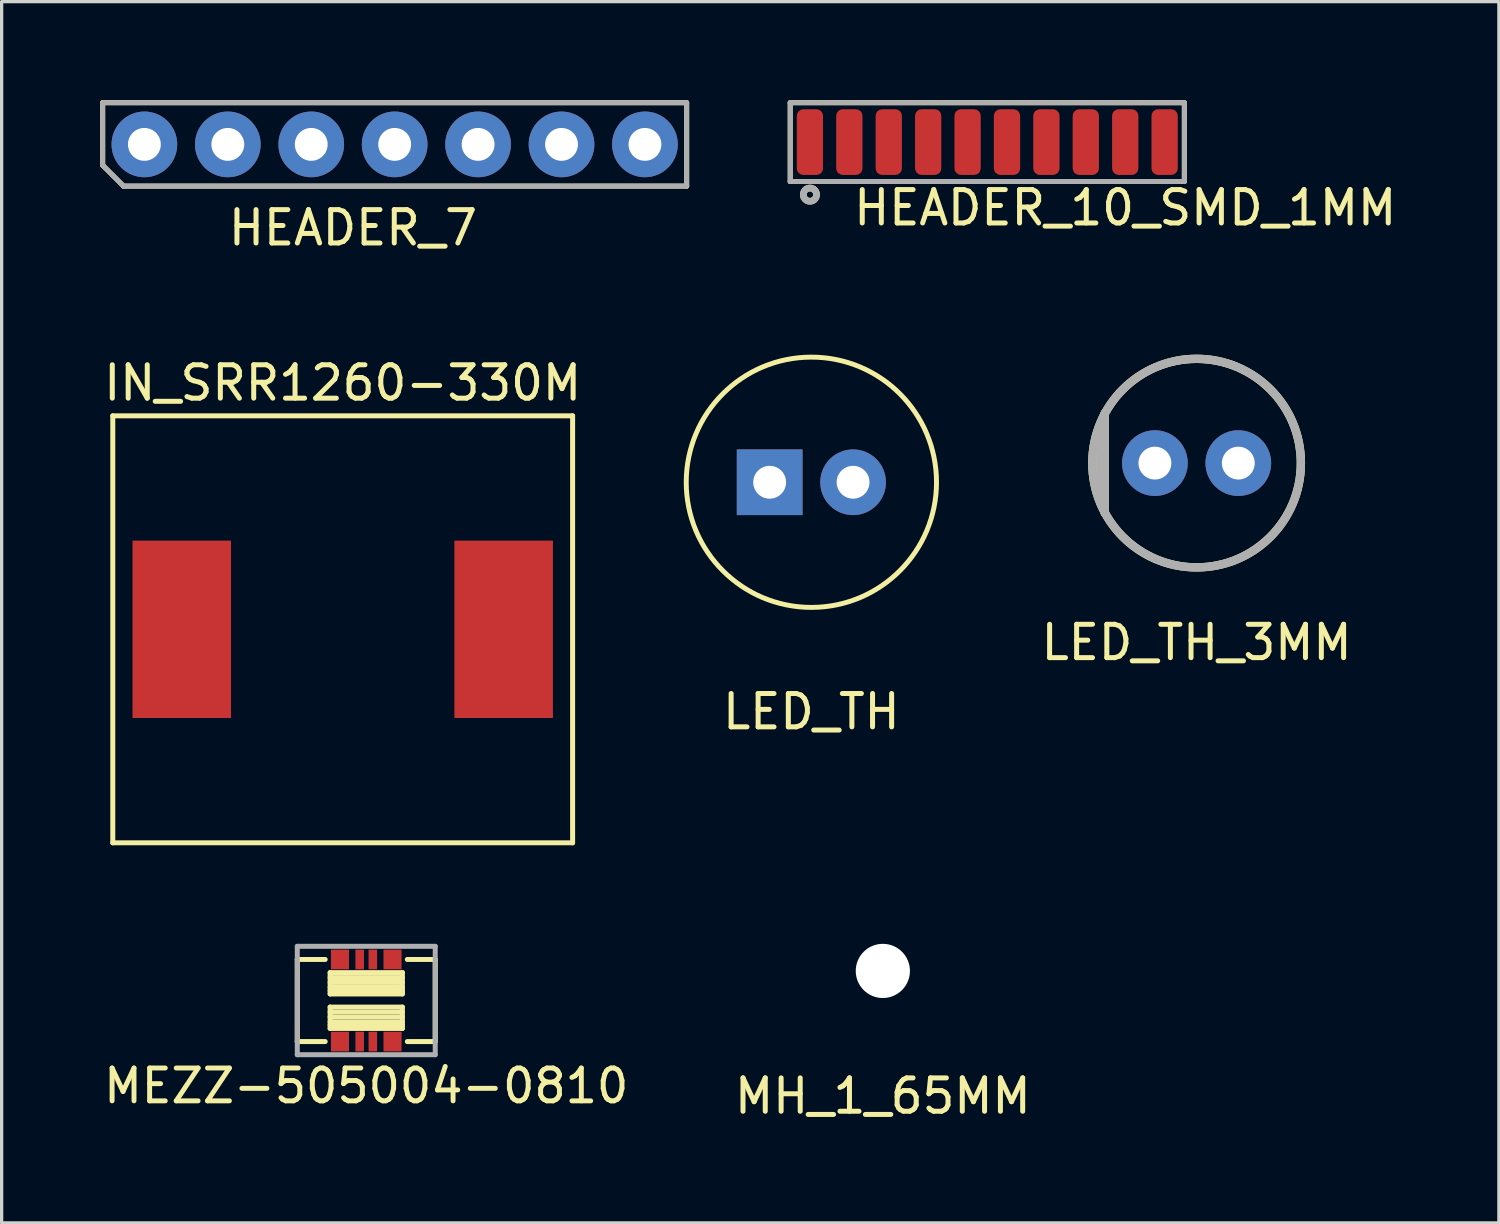
<source format=kicad_pcb>
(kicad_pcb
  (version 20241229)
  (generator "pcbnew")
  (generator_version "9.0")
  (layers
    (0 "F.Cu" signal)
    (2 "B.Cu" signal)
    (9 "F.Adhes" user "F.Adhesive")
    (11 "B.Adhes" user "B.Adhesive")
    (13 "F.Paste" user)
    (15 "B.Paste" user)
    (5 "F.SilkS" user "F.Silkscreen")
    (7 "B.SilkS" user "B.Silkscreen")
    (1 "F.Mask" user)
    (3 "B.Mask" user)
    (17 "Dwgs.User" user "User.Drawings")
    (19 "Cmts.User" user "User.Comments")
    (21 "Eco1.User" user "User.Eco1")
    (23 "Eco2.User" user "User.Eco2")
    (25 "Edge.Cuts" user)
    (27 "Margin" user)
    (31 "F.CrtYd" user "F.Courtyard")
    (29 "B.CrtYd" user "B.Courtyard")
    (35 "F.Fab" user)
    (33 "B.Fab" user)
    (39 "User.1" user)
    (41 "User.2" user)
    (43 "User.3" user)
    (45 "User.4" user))
  (footprint "MH_1_65MM"
    (layer "F.Cu")
    (at 23.829 26.511)
    (property "Reference" "MH_1_65MM" (at 0 3.81 0) (layer "F.SilkS") (effects (font (size 1.016 1.016) (thickness 0.152))))
    (attr through_hole)
    (pad "" np_thru_hole circle (at 0 0) (size 1.65 1.65) (drill 1.65) (layers "*.Cu" "*.Mask")))
  (footprint "IN_SRR1260-330M"
    (layer "F.Cu")
    (at 7.384 16.11)
    (property "Reference" "IN_SRR1260-330M" (at 0 -7.5 0) (layer "F.SilkS") (effects (font (size 1.016 1.016) (thickness 0.152))))
    (attr smd)
    (fp_line (start -7 -6.5) (end -7 6.5) (stroke (width 0.152) (type solid)) (layer "F.SilkS"))
    (fp_line (start -7 6.5) (end 7 6.5) (stroke (width 0.152) (type solid)) (layer "F.SilkS"))
    (fp_line (start 7 -6.5) (end -7 -6.5) (stroke (width 0.152) (type solid)) (layer "F.SilkS"))
    (fp_line (start 7 6.5) (end 7 -6.5) (stroke (width 0.152) (type solid)) (layer "F.SilkS"))
    (pad "1" smd rect (at -4.9 0) (size 3 5.4) (layers "F.Cu" "F.Mask" "F.Paste"))
    (pad "2" smd rect (at 4.9 0) (size 3 5.4) (layers "F.Cu" "F.Mask" "F.Paste")))
  (footprint "HEADER_10_SMD_1MM"
    (layer "F.Cu")
    (at 27.009 1.276)
    (property "Reference" "HEADER_10_SMD_1MM" (at 4.2 2 0) (layer "F.SilkS") (effects (font (size 1.016 1.016) (thickness 0.152))))
    (attr through_hole)
    (fp_line (start -6 -1.2) (end -6 1.2) (stroke (width 0.152) (type solid)) (layer "F.SilkS"))
    (fp_line (start 6 -1.2) (end -6 -1.2) (stroke (width 0.152) (type solid)) (layer "F.SilkS"))
    (fp_line (start 6 -1.2) (end 6 1.2) (stroke (width 0.152) (type solid)) (layer "F.SilkS"))
    (fp_line (start 6 1.2) (end -6 1.2) (stroke (width 0.152) (type solid)) (layer "F.SilkS"))
    (fp_circle (center -5.4 1.6) (end -5.3 1.6) (stroke (width 0.203) (type solid)) (fill no) (layer "F.SilkS"))
    (fp_line (start -6 -1.2) (end 6 -1.2) (stroke (width 0.152) (type solid)) (layer "F.Fab"))
    (fp_line (start -6 1.2) (end -6 -1.2) (stroke (width 0.152) (type solid)) (layer "F.Fab"))
    (fp_line (start 6 -1.2) (end 6 1.2) (stroke (width 0.152) (type solid)) (layer "F.Fab"))
    (fp_line (start 6 1.2) (end -6 1.2) (stroke (width 0.152) (type solid)) (layer "F.Fab"))
    (fp_circle (center -5.4 1.6) (end -5.3 1.6) (stroke (width 0.203) (type solid)) (fill no) (layer "F.Fab"))
    (pad "1" smd roundrect (at -5.4 0) (size 0.8 2) (layers "F.Cu" "F.Mask" "F.Paste") (roundrect_rratio 0.25))
    (pad "2" smd roundrect (at -4.2 0) (size 0.8 2) (layers "F.Cu" "F.Mask" "F.Paste") (roundrect_rratio 0.25))
    (pad "3" smd roundrect (at -3 0) (size 0.8 2) (layers "F.Cu" "F.Mask" "F.Paste") (roundrect_rratio 0.25))
    (pad "4" smd roundrect (at -1.8 0) (size 0.8 2) (layers "F.Cu" "F.Mask" "F.Paste") (roundrect_rratio 0.25))
    (pad "5" smd roundrect (at -0.6 0) (size 0.8 2) (layers "F.Cu" "F.Mask" "F.Paste") (roundrect_rratio 0.25))
    (pad "6" smd roundrect (at 0.6 0) (size 0.8 2) (layers "F.Cu" "F.Mask" "F.Paste") (roundrect_rratio 0.25))
    (pad "7" smd roundrect (at 1.8 0) (size 0.8 2) (layers "F.Cu" "F.Mask" "F.Paste") (roundrect_rratio 0.25))
    (pad "8" smd roundrect (at 3 0) (size 0.8 2) (layers "F.Cu" "F.Mask" "F.Paste") (roundrect_rratio 0.25))
    (pad "9" smd roundrect (at 4.2 0) (size 0.8 2) (layers "F.Cu" "F.Mask" "F.Paste") (roundrect_rratio 0.25))
    (pad "10" smd roundrect (at 5.4 0) (size 0.8 2) (layers "F.Cu" "F.Mask" "F.Paste") (roundrect_rratio 0.25)))
  (footprint "MEZZ-505004-0810"
    (layer "F.Cu")
    (at 8.101 27.412)
    (property "Reference" "MEZZ-505004-0810" (at 0 2.6 0) (layer "F.SilkS") (effects (font (size 1 1) (thickness 0.15))))
    (attr smd)
    (fp_line (start -2.1 -1.25) (end -2.1 1.25) (stroke (width 0.152) (type solid)) (layer "F.SilkS"))
    (fp_line (start -2.1 -1.25) (end -1.25 -1.25) (stroke (width 0.152) (type solid)) (layer "F.SilkS"))
    (fp_line (start -2.1 1.25) (end -1.25 1.25) (stroke (width 0.152) (type solid)) (layer "F.SilkS"))
    (fp_line (start -1.1 -0.85) (end -1.1 -0.2) (stroke (width 0.152) (type solid)) (layer "F.SilkS"))
    (fp_line (start -1.1 -0.85) (end 1.1 -0.85) (stroke (width 0.152) (type solid)) (layer "F.SilkS"))
    (fp_line (start -1.1 -0.7) (end 1.1 -0.7) (stroke (width 0.152) (type solid)) (layer "F.SilkS"))
    (fp_line (start -1.1 -0.4) (end 1.1 -0.4) (stroke (width 0.152) (type solid)) (layer "F.SilkS"))
    (fp_line (start -1.1 -0.3) (end 1.1 -0.3) (stroke (width 0.152) (type solid)) (layer "F.SilkS"))
    (fp_line (start -1.1 -0.2) (end 1.1 -0.2) (stroke (width 0.152) (type solid)) (layer "F.SilkS"))
    (fp_line (start -1.1 0.2) (end -1.1 0.85) (stroke (width 0.152) (type solid)) (layer "F.SilkS"))
    (fp_line (start -1.1 0.2) (end 1.1 0.2) (stroke (width 0.152) (type solid)) (layer "F.SilkS"))
    (fp_line (start -1.1 0.35) (end 1.1 0.35) (stroke (width 0.152) (type solid)) (layer "F.SilkS"))
    (fp_line (start -1.1 0.65) (end 1.1 0.65) (stroke (width 0.152) (type solid)) (layer "F.SilkS"))
    (fp_line (start -1.1 0.85) (end 1.1 0.85) (stroke (width 0.152) (type solid)) (layer "F.SilkS"))
    (fp_line (start 1.1 -0.85) (end 1.1 -0.2) (stroke (width 0.152) (type solid)) (layer "F.SilkS"))
    (fp_line (start 1.1 -0.55) (end -1.1 -0.55) (stroke (width 0.152) (type solid)) (layer "F.SilkS"))
    (fp_line (start 1.1 0.2) (end 1.1 0.85) (stroke (width 0.152) (type solid)) (layer "F.SilkS"))
    (fp_line (start 1.1 0.5) (end -1.1 0.5) (stroke (width 0.152) (type solid)) (layer "F.SilkS"))
    (fp_line (start 1.1 0.75) (end -1.1 0.75) (stroke (width 0.152) (type solid)) (layer "F.SilkS"))
    (fp_line (start 2.1 -1.25) (end 1.25 -1.25) (stroke (width 0.152) (type solid)) (layer "F.SilkS"))
    (fp_line (start 2.1 -1.25) (end 2.1 1.25) (stroke (width 0.152) (type solid)) (layer "F.SilkS"))
    (fp_line (start 2.1 1.25) (end 1.25 1.25) (stroke (width 0.152) (type solid)) (layer "F.SilkS"))
    (fp_line (start -2.1 -1.65) (end -2.1 1.65) (stroke (width 0.152) (type solid)) (layer "F.Fab"))
    (fp_line (start -2.1 -1.65) (end 2.1 -1.65) (stroke (width 0.152) (type solid)) (layer "F.Fab"))
    (fp_line (start 2.1 1.65) (end -2.1 1.65) (stroke (width 0.152) (type solid)) (layer "F.Fab"))
    (fp_line (start 2.1 1.65) (end 2.1 -1.65) (stroke (width 0.152) (type solid)) (layer "F.Fab"))
    (pad "1" smd rect (at -0.8 -1.25) (size 0.55 0.6) (layers "F.Cu" "F.Mask" "F.Paste"))
    (pad "2" smd rect (at -0.2 -1.25) (size 0.26 0.6) (layers "F.Cu" "F.Mask" "F.Paste"))
    (pad "3" smd rect (at 0.2 -1.25) (size 0.26 0.6) (layers "F.Cu" "F.Mask" "F.Paste"))
    (pad "4" smd rect (at 0.8 -1.25) (size 0.55 0.6) (layers "F.Cu" "F.Mask" "F.Paste"))
    (pad "5" smd rect (at 0.8 1.25) (size 0.55 0.6) (layers "F.Cu" "F.Mask" "F.Paste"))
    (pad "6" smd rect (at 0.2 1.25) (size 0.26 0.6) (layers "F.Cu" "F.Mask" "F.Paste"))
    (pad "7" smd rect (at -0.2 1.25) (size 0.26 0.6) (layers "F.Cu" "F.Mask" "F.Paste"))
    (pad "8" smd rect (at -0.8 1.25) (size 0.55 0.6) (layers "F.Cu" "F.Mask" "F.Paste")))
  (footprint "LED_TH"
    (layer "F.Cu")
    (at 21.653 11.633)
    (property "Reference" "LED_TH" (at 0 6.985 0) (layer "F.SilkS") (effects (font (size 1.016 1.016) (thickness 0.152))))
    (attr through_hole)
    (fp_circle (center 0 0) (end 3.81 0) (stroke (width 0.15) (type solid)) (fill no) (layer "F.SilkS"))
    (pad "1" thru_hole rect (at -1.27 0) (size 2 2) (drill 1) (layers "*.Cu" "*.Mask"))
    (pad "2" thru_hole circle (at 1.27 0) (size 2 2) (drill 1) (layers "*.Cu" "*.Mask")))
  (footprint "HEADER_7"
    (layer "F.Cu")
    (at 8.966 1.346)
    (property "Reference" "HEADER_7" (at -1.27 2.54 0) (layer "F.SilkS") (effects (font (size 1.016 1.016) (thickness 0.152))))
    (attr through_hole)
    (fp_line (start -8.89 -1.27) (end -8.89 0.635) (stroke (width 0.152) (type solid)) (layer "F.SilkS"))
    (fp_line (start -8.89 0.635) (end -8.255 1.27) (stroke (width 0.152) (type solid)) (layer "F.SilkS"))
    (fp_line (start -8.255 1.27) (end 8.89 1.27) (stroke (width 0.152) (type solid)) (layer "F.SilkS"))
    (fp_line (start 8.89 -1.27) (end -8.89 -1.27) (stroke (width 0.152) (type solid)) (layer "F.SilkS"))
    (fp_line (start 8.89 1.27) (end 8.89 -1.27) (stroke (width 0.152) (type solid)) (layer "F.SilkS"))
    (fp_line (start -8.89 0.635) (end -8.89 -1.27) (stroke (width 0.152) (type solid)) (layer "F.Fab"))
    (fp_line (start -8.255 1.27) (end -8.89 0.635) (stroke (width 0.152) (type solid)) (layer "F.Fab"))
    (fp_line (start -8.255 1.27) (end 8.89 1.27) (stroke (width 0.152) (type solid)) (layer "F.Fab"))
    (fp_line (start 8.89 -1.27) (end -8.89 -1.27) (stroke (width 0.152) (type solid)) (layer "F.Fab"))
    (fp_line (start 8.89 1.27) (end 8.89 -1.27) (stroke (width 0.152) (type solid)) (layer "F.Fab"))
    (pad "1" thru_hole circle (at -7.62 0) (size 2 2) (drill 1) (layers "*.Cu" "*.Mask"))
    (pad "2" thru_hole circle (at -5.08 0) (size 2 2) (drill 1) (layers "*.Cu" "*.Mask"))
    (pad "3" thru_hole circle (at -2.54 0) (size 2 2) (drill 1) (layers "*.Cu" "*.Mask"))
    (pad "4" thru_hole circle (at 0 0) (size 2 2) (drill 1) (layers "*.Cu" "*.Mask"))
    (pad "5" thru_hole circle (at 2.54 0) (size 2 2) (drill 1) (layers "*.Cu" "*.Mask"))
    (pad "6" thru_hole circle (at 5.08 0) (size 2 2) (drill 1) (layers "*.Cu" "*.Mask"))
    (pad "7" thru_hole circle (at 7.62 0) (size 2 2) (drill 1) (layers "*.Cu" "*.Mask")))
  (footprint "LED_TH_3MM"
    (layer "F.Cu")
    (at 33.382 11.05)
    (property "Reference" "LED_TH_3MM" (at 0 5.461 0) (layer "F.SilkS") (effects (font (size 1.016 1.016) (thickness 0.152))))
    (attr through_hole)
    (fp_line (start -2.921 -1.143) (end -2.921 1.143) (stroke (width 0.254) (type solid)) (layer "F.SilkS"))
    (fp_line (start -2.794 -1.524) (end -2.794 1.524) (stroke (width 0.254) (type solid)) (layer "F.SilkS"))
    (fp_circle (center 0 0) (end 3.175 0) (stroke (width 0.254) (type solid)) (fill no) (layer "F.SilkS"))
    (fp_line (start -2.921 -1.143) (end -2.921 1.143) (stroke (width 0.254) (type solid)) (layer "F.Fab"))
    (fp_line (start -2.794 -1.524) (end -2.794 1.524) (stroke (width 0.254) (type solid)) (layer "F.Fab"))
    (fp_circle (center 0 0) (end 3.175 0) (stroke (width 0.254) (type solid)) (fill no) (layer "F.Fab"))
    (pad "1" thru_hole circle (at 1.27 0) (size 2 2) (drill 1) (layers "*.Cu" "*.Mask"))
    (pad "2" thru_hole circle (at -1.27 0) (size 2 2) (drill 1) (layers "*.Cu" "*.Mask")))
  (gr_rect
    (start -3 -3)
    (end 42.585 34.183)
    (stroke (width 0.1) (type default))
    (fill no)
    (layer "Edge.Cuts")))
</source>
